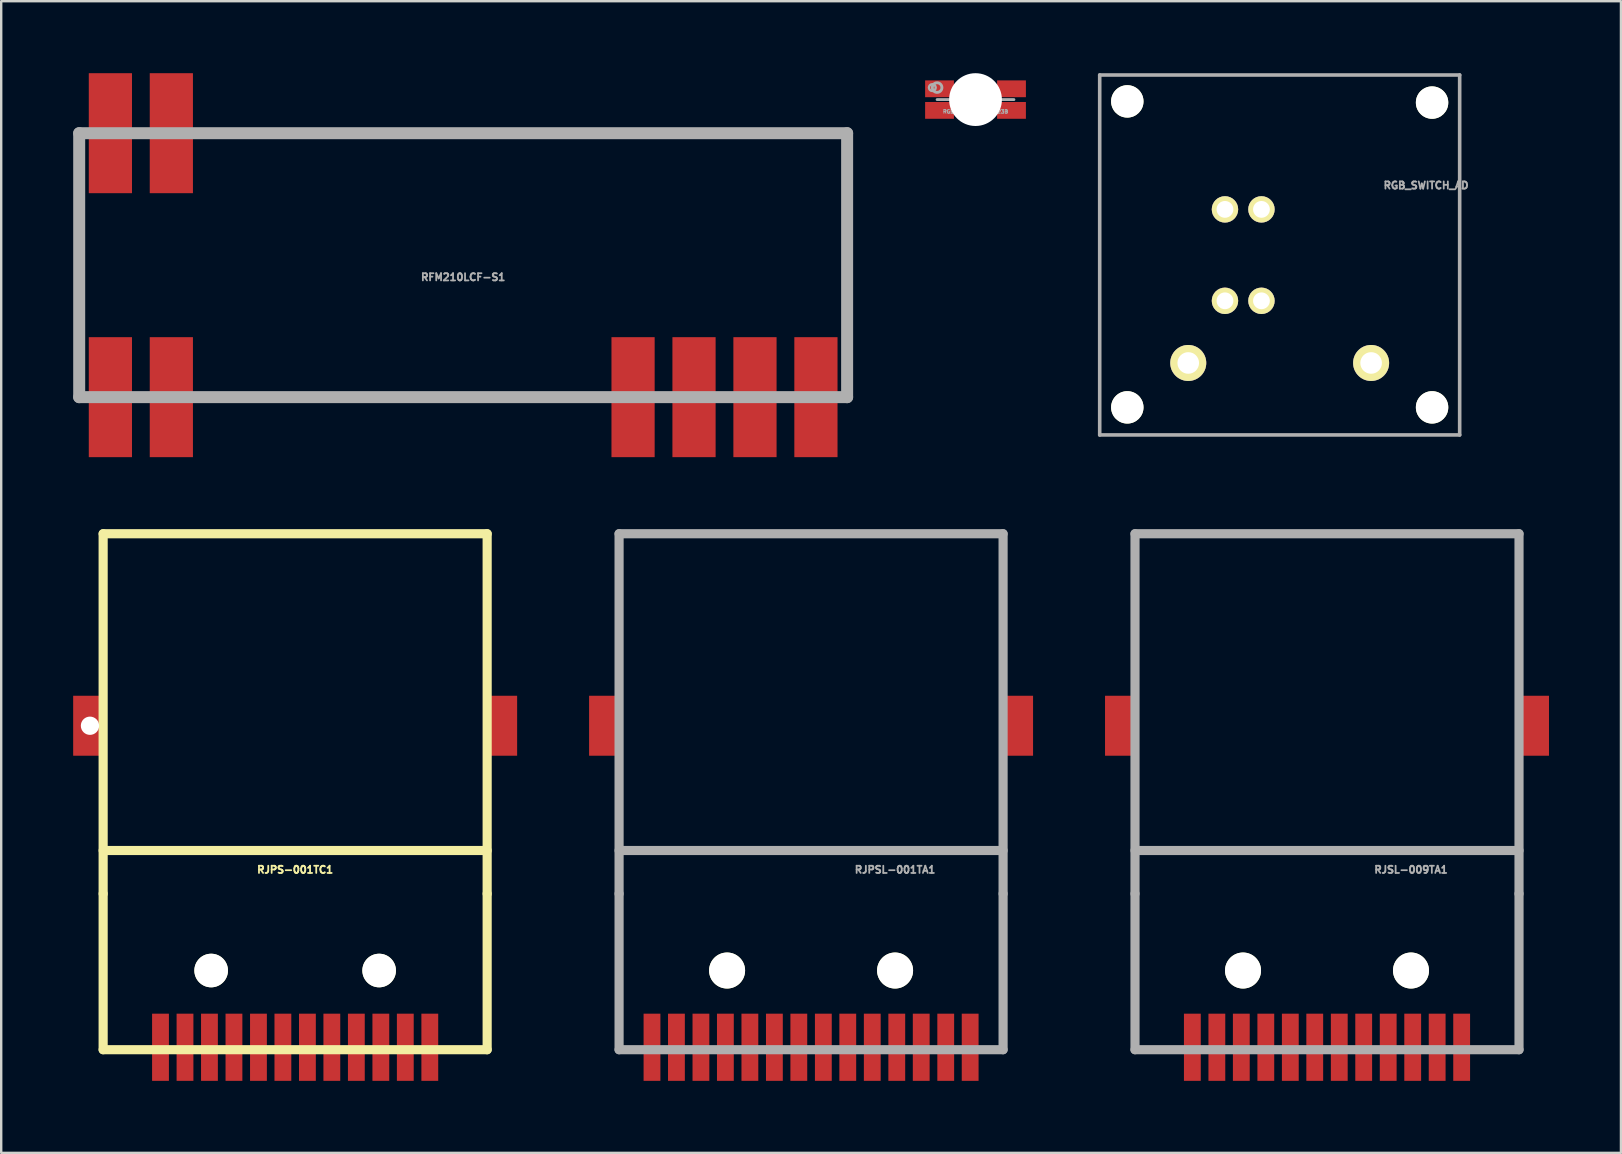
<source format=kicad_pcb>
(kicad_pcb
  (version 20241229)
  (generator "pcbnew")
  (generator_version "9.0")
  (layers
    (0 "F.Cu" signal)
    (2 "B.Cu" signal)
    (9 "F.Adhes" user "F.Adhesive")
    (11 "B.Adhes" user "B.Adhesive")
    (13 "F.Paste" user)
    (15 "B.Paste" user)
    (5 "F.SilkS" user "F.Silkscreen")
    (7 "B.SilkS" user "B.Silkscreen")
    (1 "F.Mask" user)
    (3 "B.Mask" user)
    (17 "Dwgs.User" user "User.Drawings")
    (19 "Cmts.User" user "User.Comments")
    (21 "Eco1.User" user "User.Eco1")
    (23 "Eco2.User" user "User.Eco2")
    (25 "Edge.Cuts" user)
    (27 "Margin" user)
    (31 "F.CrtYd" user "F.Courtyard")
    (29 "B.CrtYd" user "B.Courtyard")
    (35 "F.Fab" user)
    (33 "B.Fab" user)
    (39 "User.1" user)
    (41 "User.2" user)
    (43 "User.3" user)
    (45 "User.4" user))
  (footprint "RJPSL-001TA1"
    (layer "F.Cu")
    (at 30.748 33.191)
    (property "Reference" "RJPSL-001TA1" (at 3.5 0 0) (layer "F.Fab") (effects (font (size 0.3 0.299) (thickness 0.075))))
    (attr smd)
    (fp_line (start -8.001 -14) (end 8.001 -14) (stroke (width 0.381) (type solid)) (layer "F.Fab"))
    (fp_line (start -8.001 1.001) (end -8.001 -14) (stroke (width 0.381) (type solid)) (layer "F.Fab"))
    (fp_line (start -8.001 1.001) (end -8.001 7.501) (stroke (width 0.381) (type solid)) (layer "F.Fab"))
    (fp_line (start -8.001 7.501) (end 8.001 7.501) (stroke (width 0.381) (type solid)) (layer "F.Fab"))
    (fp_line (start 8.001 -14) (end 8.001 1.001) (stroke (width 0.381) (type solid)) (layer "F.Fab"))
    (fp_line (start 8.001 -0.8) (end -8.001 -0.8) (stroke (width 0.381) (type solid)) (layer "F.Fab"))
    (fp_line (start 8.001 7.501) (end 8.001 1.001) (stroke (width 0.381) (type solid)) (layer "F.Fab"))
    (pad "" np_thru_hole circle (at -3.5 4.201) (size 1.5 1.5) (drill 1.5) (layers "*.Cu" "*.Mask" "F.SilkS"))
    (pad "" np_thru_hole circle (at 3.5 4.201) (size 1.5 1.5) (drill 1.5) (layers "*.Cu" "*.Mask" "F.SilkS"))
    (pad "1" smd rect (at -4.59 7.399) (size 0.701 2.799) (layers "F.Cu" "F.Mask" "F.Paste"))
    (pad "2" smd rect (at -3.571 7.399) (size 0.701 2.799) (layers "F.Cu" "F.Mask" "F.Paste"))
    (pad "3" smd rect (at -2.55 7.399) (size 0.701 2.799) (layers "F.Cu" "F.Mask" "F.Paste"))
    (pad "4" smd rect (at -1.529 7.399) (size 0.701 2.799) (layers "F.Cu" "F.Mask" "F.Paste"))
    (pad "5" smd rect (at -0.511 7.399) (size 0.701 2.799) (layers "F.Cu" "F.Mask" "F.Paste"))
    (pad "6" smd rect (at 0.511 7.399) (size 0.701 2.799) (layers "F.Cu" "F.Mask" "F.Paste"))
    (pad "7" smd rect (at 1.529 7.399) (size 0.701 2.799) (layers "F.Cu" "F.Mask" "F.Paste"))
    (pad "8" smd rect (at 2.55 7.399) (size 0.701 2.799) (layers "F.Cu" "F.Mask" "F.Paste"))
    (pad "9" smd rect (at 3.571 7.399) (size 0.701 2.799) (layers "F.Cu" "F.Mask" "F.Paste"))
    (pad "10" smd rect (at 4.59 7.399) (size 0.701 2.799) (layers "F.Cu" "F.Mask" "F.Paste"))
    (pad "11" smd rect (at -6.629 7.399) (size 0.701 2.799) (layers "F.Cu" "F.Mask" "F.Paste"))
    (pad "12" smd rect (at -5.611 7.399) (size 0.701 2.799) (layers "F.Cu" "F.Mask" "F.Paste"))
    (pad "13" smd rect (at 5.611 7.399) (size 0.701 2.799) (layers "F.Cu" "F.Mask" "F.Paste"))
    (pad "14" smd rect (at 6.629 7.399) (size 0.701 2.799) (layers "F.Cu" "F.Mask" "F.Paste"))
    (pad "SHD" smd rect (at -8.55 -5.999) (size 1.4 2.499) (layers "F.Cu" "F.Mask" "F.Paste"))
    (pad "SHD" smd rect (at 8.55 -5.999) (size 1.4 2.499) (layers "F.Cu" "F.Mask" "F.Paste")))
  (footprint "RGB-LED-EVL-23-23B"
    (layer "F.Cu")
    (at 37.6 1.1)
    (property "Reference" "RGB-LED-EVL-23-23B" (at 0 0.5 0) (layer "F.Fab") (effects (font (size 0.15 0.15) (thickness 0.037))))
    (attr smd)
    (fp_line (start -1.6 0) (end 1.6 0) (stroke (width 0.12) (type solid)) (layer "F.Fab"))
    (fp_line (start -0.9 0) (end -0.9 -0.5) (stroke (width 0.12) (type solid)) (layer "F.Fab"))
    (fp_circle (center -1.8 -0.5) (end -1.659 -0.5) (stroke (width 0.1) (type solid)) (fill no) (layer "F.Fab"))
    (fp_circle (center -1.6 -0.5) (end -1.6 -0.3) (stroke (width 0.12) (type solid)) (fill no) (layer "F.Fab"))
    (pad "" np_thru_hole circle (at 0 0) (size 2.2 2.2) (drill 2.2) (layers "*.Cu" "*.Mask"))
    (pad "1" smd rect (at -1.5 -0.45) (size 1.2 0.7) (layers "F.Cu" "F.Mask" "F.Paste"))
    (pad "2" smd rect (at 1.5 -0.45) (size 1.2 0.7) (layers "F.Cu" "F.Mask" "F.Paste"))
    (pad "3" smd rect (at 1.5 0.45) (size 1.2 0.7) (layers "F.Cu" "F.Mask" "F.Paste"))
    (pad "4" smd rect (at -1.5 0.45) (size 1.2 0.7) (layers "F.Cu" "F.Mask" "F.Paste")))
  (footprint "RJPS-001TC1"
    (layer "F.Cu")
    (at 9.249 33.191)
    (property "Reference" "RJPS-001TC1" (at 0 0 0) (layer "F.SilkS") (effects (font (size 0.3 0.3) (thickness 0.076))))
    (attr through_hole)
    (fp_line (start -8.001 -14) (end 8.001 -14) (stroke (width 0.381) (type solid)) (layer "F.SilkS"))
    (fp_line (start -8.001 1.001) (end -8.001 -14) (stroke (width 0.381) (type solid)) (layer "F.SilkS"))
    (fp_line (start -8.001 1.001) (end -8.001 7.501) (stroke (width 0.381) (type solid)) (layer "F.SilkS"))
    (fp_line (start -8.001 7.501) (end 8.001 7.501) (stroke (width 0.381) (type solid)) (layer "F.SilkS"))
    (fp_line (start 8.001 -14) (end 8.001 1.001) (stroke (width 0.381) (type solid)) (layer "F.SilkS"))
    (fp_line (start 8.001 -0.8) (end -8.001 -0.8) (stroke (width 0.381) (type solid)) (layer "F.SilkS"))
    (fp_line (start 8.001 7.501) (end 8.001 1.001) (stroke (width 0.381) (type solid)) (layer "F.SilkS"))
    (pad "" np_thru_hole rect (at -8.55 -5.999) (size 1.4 2.499) (drill 0.762) (layers "F.Cu" "F.Mask" "F.Paste"))
    (pad "" np_thru_hole circle (at -3.5 4.201) (size 1.4 1.4) (drill 1.4) (layers "*.Cu" "*.Mask" "F.SilkS"))
    (pad "" np_thru_hole circle (at 3.5 4.201) (size 1.4 1.4) (drill 1.4) (layers "*.Cu" "*.Mask" "F.SilkS"))
    (pad "1" smd rect (at -5.611 7.399) (size 0.701 2.799) (layers "F.Cu" "F.Mask" "F.Paste"))
    (pad "2" smd rect (at -4.59 7.399) (size 0.701 2.799) (layers "F.Cu" "F.Mask" "F.Paste"))
    (pad "3" smd rect (at -3.571 7.399) (size 0.701 2.799) (layers "F.Cu" "F.Mask" "F.Paste"))
    (pad "4" smd rect (at -2.55 7.399) (size 0.701 2.799) (layers "F.Cu" "F.Mask" "F.Paste"))
    (pad "5" smd rect (at -1.529 7.399) (size 0.701 2.799) (layers "F.Cu" "F.Mask" "F.Paste"))
    (pad "6" smd rect (at -0.511 7.399) (size 0.701 2.799) (layers "F.Cu" "F.Mask" "F.Paste"))
    (pad "7" smd rect (at 0.511 7.399) (size 0.701 2.799) (layers "F.Cu" "F.Mask" "F.Paste"))
    (pad "8" smd rect (at 1.529 7.399) (size 0.701 2.799) (layers "F.Cu" "F.Mask" "F.Paste"))
    (pad "9" smd rect (at 2.55 7.399) (size 0.701 2.799) (layers "F.Cu" "F.Mask" "F.Paste"))
    (pad "10" smd rect (at 3.571 7.399) (size 0.701 2.799) (layers "F.Cu" "F.Mask" "F.Paste"))
    (pad "11" smd rect (at 4.59 7.399) (size 0.701 2.799) (layers "F.Cu" "F.Mask" "F.Paste"))
    (pad "12" smd rect (at 5.611 7.399) (size 0.701 2.799) (layers "F.Cu" "F.Mask" "F.Paste"))
    (pad "SHD" smd rect (at 8.55 -5.999) (size 1.4 2.499) (layers "F.Cu" "F.Mask" "F.Paste")))
  (footprint "RGB_SWITCH_AD"
    (layer "F.Cu")
    (at 50.275 7.575)
    (property "Reference" "RGB_SWITCH_AD" (at 6.1 -2.9 0) (layer "F.Fab") (effects (font (size 0.3 0.3) (thickness 0.075))))
    (attr through_hole)
    (fp_line (start -7.5 -7.5) (end 7.5 -7.5) (stroke (width 0.15) (type solid)) (layer "F.Fab"))
    (fp_line (start -7.5 7.5) (end -7.5 -7.5) (stroke (width 0.15) (type solid)) (layer "F.Fab"))
    (fp_line (start 7.5 -7.5) (end 7.5 7.5) (stroke (width 0.15) (type solid)) (layer "F.Fab"))
    (fp_line (start 7.5 7.5) (end -7.5 7.5) (stroke (width 0.15) (type solid)) (layer "F.Fab"))
    (pad "" np_thru_hole circle (at -6.35 -6.4) (size 1.35 1.35) (drill 1.35) (layers "*.Cu" "*.Mask" "F.SilkS"))
    (pad "" np_thru_hole circle (at -6.35 6.35) (size 1.35 1.35) (drill 1.35) (layers "*.Cu" "*.Mask" "F.SilkS"))
    (pad "" np_thru_hole circle (at 6.35 -6.35) (size 1.35 1.35) (drill 1.35) (layers "*.Cu" "*.Mask" "F.SilkS"))
    (pad "" np_thru_hole circle (at 6.35 6.35) (size 1.35 1.35) (drill 1.35) (layers "*.Cu" "*.Mask" "F.SilkS"))
    (pad "1" thru_hole circle (at 3.81 4.5) (size 1.5 1.5) (drill 0.9) (layers "*.Cu" "*.Mask" "F.SilkS"))
    (pad "2" thru_hole circle (at -3.81 4.5) (size 1.5 1.5) (drill 0.9) (layers "*.Cu" "*.Mask" "F.SilkS"))
    (pad "B2" thru_hole circle (at -0.76 1.91) (size 1.1 1.1) (drill 0.7) (layers "*.Cu" "*.Mask" "F.SilkS"))
    (pad "C2" thru_hole circle (at -2.28 1.91) (size 1.1 1.1) (drill 0.7) (layers "*.Cu" "*.Mask" "F.SilkS"))
    (pad "G2" thru_hole circle (at -2.28 -1.9) (size 1.1 1.1) (drill 0.7) (layers "*.Cu" "*.Mask" "F.SilkS"))
    (pad "R2" thru_hole circle (at -0.76 -1.9) (size 1.1 1.1) (drill 0.7) (layers "*.Cu" "*.Mask" "F.SilkS")))
  (footprint "RFM210LCF-S1"
    (layer "F.Cu")
    (at 16.25 8)
    (property "Reference" "RFM210LCF-S1" (at 0 0.5 0) (layer "F.Fab") (effects (font (size 0.3 0.3) (thickness 0.075))))
    (attr through_hole)
    (fp_line (start -16 -5.5) (end -16 5.5) (stroke (width 0.5) (type solid)) (layer "F.Fab"))
    (fp_line (start -16 5.5) (end 16 5.5) (stroke (width 0.5) (type solid)) (layer "F.Fab"))
    (fp_line (start 16 -5.5) (end -16 -5.5) (stroke (width 0.5) (type solid)) (layer "F.Fab"))
    (fp_line (start 16 5.5) (end 16 -5.5) (stroke (width 0.5) (type solid)) (layer "F.Fab"))
    (pad "" smd rect (at -14.7 -5.5) (size 1.8 5) (layers "F.Cu" "F.Mask" "F.Paste"))
    (pad "" smd rect (at -12.16 -5.5) (size 1.8 5) (layers "F.Cu" "F.Mask" "F.Paste"))
    (pad "1" smd rect (at -14.7 5.5) (size 1.8 5) (layers "F.Cu" "F.Mask" "F.Paste"))
    (pad "2" smd rect (at -12.16 5.5) (size 1.8 5) (layers "F.Cu" "F.Mask" "F.Paste"))
    (pad "3" smd rect (at 7.08 5.5) (size 1.8 5) (layers "F.Cu" "F.Mask" "F.Paste"))
    (pad "4" smd rect (at 9.62 5.5) (size 1.8 5) (layers "F.Cu" "F.Mask" "F.Paste"))
    (pad "5" smd rect (at 12.16 5.5) (size 1.8 5) (layers "F.Cu" "F.Mask" "F.Paste"))
    (pad "6" smd rect (at 14.7 5.5) (size 1.8 5) (layers "F.Cu" "F.Mask" "F.Paste")))
  (footprint "RJSL-009TA1"
    (layer "F.Cu")
    (at 52.247 33.191)
    (property "Reference" "RJSL-009TA1" (at 3.5 0 0) (layer "F.Fab") (effects (font (size 0.3 0.299) (thickness 0.075))))
    (attr smd)
    (fp_line (start -8.001 -14) (end 8.001 -14) (stroke (width 0.381) (type solid)) (layer "F.Fab"))
    (fp_line (start -8.001 1.001) (end -8.001 -14) (stroke (width 0.381) (type solid)) (layer "F.Fab"))
    (fp_line (start -8.001 1.001) (end -8.001 7.501) (stroke (width 0.381) (type solid)) (layer "F.Fab"))
    (fp_line (start -8.001 7.501) (end 8.001 7.501) (stroke (width 0.381) (type solid)) (layer "F.Fab"))
    (fp_line (start 8.001 -14) (end 8.001 1.001) (stroke (width 0.381) (type solid)) (layer "F.Fab"))
    (fp_line (start 8.001 -0.8) (end -8.001 -0.8) (stroke (width 0.381) (type solid)) (layer "F.Fab"))
    (fp_line (start 8.001 7.501) (end 8.001 1.001) (stroke (width 0.381) (type solid)) (layer "F.Fab"))
    (pad "" np_thru_hole circle (at -3.5 4.201) (size 1.5 1.5) (drill 1.5) (layers "*.Cu" "*.Mask" "F.SilkS"))
    (pad "" np_thru_hole circle (at 3.5 4.201) (size 1.5 1.5) (drill 1.5) (layers "*.Cu" "*.Mask" "F.SilkS"))
    (pad "1" smd rect (at -3.571 7.399) (size 0.701 2.799) (layers "F.Cu" "F.Mask" "F.Paste"))
    (pad "2" smd rect (at -2.55 7.399) (size 0.701 2.799) (layers "F.Cu" "F.Mask" "F.Paste"))
    (pad "3" smd rect (at -1.529 7.399) (size 0.701 2.799) (layers "F.Cu" "F.Mask" "F.Paste"))
    (pad "4" smd rect (at -0.511 7.399) (size 0.701 2.799) (layers "F.Cu" "F.Mask" "F.Paste"))
    (pad "5" smd rect (at 0.511 7.399) (size 0.701 2.799) (layers "F.Cu" "F.Mask" "F.Paste"))
    (pad "6" smd rect (at 1.529 7.399) (size 0.701 2.799) (layers "F.Cu" "F.Mask" "F.Paste"))
    (pad "7" smd rect (at 2.55 7.399) (size 0.701 2.799) (layers "F.Cu" "F.Mask" "F.Paste"))
    (pad "8" smd rect (at 3.571 7.399) (size 0.701 2.799) (layers "F.Cu" "F.Mask" "F.Paste"))
    (pad "9" smd rect (at -5.611 7.399) (size 0.701 2.799) (layers "F.Cu" "F.Mask" "F.Paste"))
    (pad "10" smd rect (at -4.59 7.399) (size 0.701 2.799) (layers "F.Cu" "F.Mask" "F.Paste"))
    (pad "11" smd rect (at 4.59 7.399) (size 0.701 2.799) (layers "F.Cu" "F.Mask" "F.Paste"))
    (pad "12" smd rect (at 5.611 7.399) (size 0.701 2.799) (layers "F.Cu" "F.Mask" "F.Paste"))
    (pad "SHD" smd rect (at -8.55 -5.999) (size 1.4 2.499) (layers "F.Cu" "F.Mask" "F.Paste"))
    (pad "SHD" smd rect (at 8.55 -5.999) (size 1.4 2.499) (layers "F.Cu" "F.Mask" "F.Paste")))
  (gr_rect
    (start -3 -3)
    (end 64.496 44.99)
    (stroke (width 0.1) (type default))
    (fill no)
    (layer "Edge.Cuts")))
</source>
